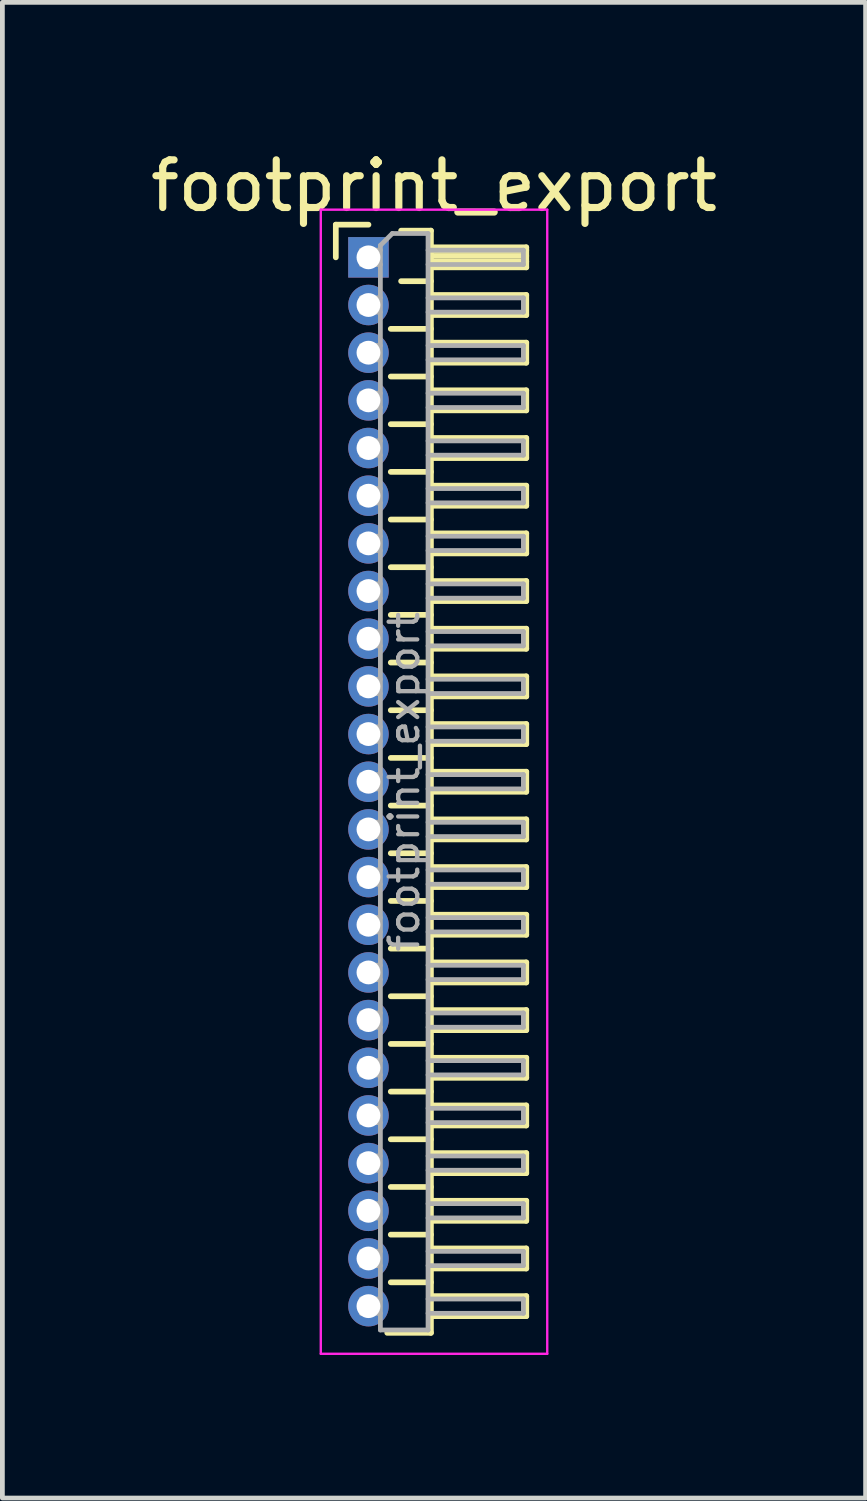
<source format=kicad_pcb>
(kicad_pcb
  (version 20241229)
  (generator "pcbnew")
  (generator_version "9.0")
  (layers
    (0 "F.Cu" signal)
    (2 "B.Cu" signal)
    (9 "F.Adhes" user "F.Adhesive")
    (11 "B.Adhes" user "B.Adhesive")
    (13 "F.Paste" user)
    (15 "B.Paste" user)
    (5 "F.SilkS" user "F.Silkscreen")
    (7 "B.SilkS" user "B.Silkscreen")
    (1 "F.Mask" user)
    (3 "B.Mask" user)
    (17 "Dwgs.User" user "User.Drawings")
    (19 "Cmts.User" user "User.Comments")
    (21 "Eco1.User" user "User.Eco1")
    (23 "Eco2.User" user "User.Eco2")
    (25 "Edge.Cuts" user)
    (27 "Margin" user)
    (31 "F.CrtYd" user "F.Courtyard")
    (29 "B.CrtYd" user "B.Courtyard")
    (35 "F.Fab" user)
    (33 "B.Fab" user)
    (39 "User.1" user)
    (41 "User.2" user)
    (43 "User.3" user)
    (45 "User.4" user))
  (footprint "footprint_export"
    (layer "F.Cu")
    (at 4.679 2.348)
    (property "Reference" "footprint_export" (at 1.375 -1.5 0) (layer "F.SilkS") (effects (font (size 1 1) (thickness 0.15))))
    (attr through_hole)
    (fp_line (start -0.685 -0.685) (end 0 -0.685) (stroke (width 0.12) (type solid)) (layer "F.SilkS"))
    (fp_line (start -0.685 0) (end -0.685 -0.685) (stroke (width 0.12) (type solid)) (layer "F.SilkS"))
    (fp_line (start 0.468 1.5) (end 1.31 1.5) (stroke (width 0.12) (type solid)) (layer "F.SilkS"))
    (fp_line (start 0.468 2.5) (end 1.31 2.5) (stroke (width 0.12) (type solid)) (layer "F.SilkS"))
    (fp_line (start 0.468 3.5) (end 1.31 3.5) (stroke (width 0.12) (type solid)) (layer "F.SilkS"))
    (fp_line (start 0.468 4.5) (end 1.31 4.5) (stroke (width 0.12) (type solid)) (layer "F.SilkS"))
    (fp_line (start 0.468 5.5) (end 1.31 5.5) (stroke (width 0.12) (type solid)) (layer "F.SilkS"))
    (fp_line (start 0.468 6.5) (end 1.31 6.5) (stroke (width 0.12) (type solid)) (layer "F.SilkS"))
    (fp_line (start 0.468 7.5) (end 1.31 7.5) (stroke (width 0.12) (type solid)) (layer "F.SilkS"))
    (fp_line (start 0.468 8.5) (end 1.31 8.5) (stroke (width 0.12) (type solid)) (layer "F.SilkS"))
    (fp_line (start 0.468 9.5) (end 1.31 9.5) (stroke (width 0.12) (type solid)) (layer "F.SilkS"))
    (fp_line (start 0.468 10.5) (end 1.31 10.5) (stroke (width 0.12) (type solid)) (layer "F.SilkS"))
    (fp_line (start 0.468 11.5) (end 1.31 11.5) (stroke (width 0.12) (type solid)) (layer "F.SilkS"))
    (fp_line (start 0.468 12.5) (end 1.31 12.5) (stroke (width 0.12) (type solid)) (layer "F.SilkS"))
    (fp_line (start 0.468 13.5) (end 1.31 13.5) (stroke (width 0.12) (type solid)) (layer "F.SilkS"))
    (fp_line (start 0.468 14.5) (end 1.31 14.5) (stroke (width 0.12) (type solid)) (layer "F.SilkS"))
    (fp_line (start 0.468 15.5) (end 1.31 15.5) (stroke (width 0.12) (type solid)) (layer "F.SilkS"))
    (fp_line (start 0.468 16.5) (end 1.31 16.5) (stroke (width 0.12) (type solid)) (layer "F.SilkS"))
    (fp_line (start 0.468 17.5) (end 1.31 17.5) (stroke (width 0.12) (type solid)) (layer "F.SilkS"))
    (fp_line (start 0.468 18.5) (end 1.31 18.5) (stroke (width 0.12) (type solid)) (layer "F.SilkS"))
    (fp_line (start 0.468 19.5) (end 1.31 19.5) (stroke (width 0.12) (type solid)) (layer "F.SilkS"))
    (fp_line (start 0.468 20.5) (end 1.31 20.5) (stroke (width 0.12) (type solid)) (layer "F.SilkS"))
    (fp_line (start 0.468 21.5) (end 1.31 21.5) (stroke (width 0.12) (type solid)) (layer "F.SilkS"))
    (fp_line (start 0.685 -0.56) (end 1.31 -0.56) (stroke (width 0.12) (type solid)) (layer "F.SilkS"))
    (fp_line (start 0.685 0.5) (end 1.31 0.5) (stroke (width 0.12) (type solid)) (layer "F.SilkS"))
    (fp_line (start 1.31 -0.56) (end 1.31 22.56) (stroke (width 0.12) (type solid)) (layer "F.SilkS"))
    (fp_line (start 1.31 -0.21) (end 3.31 -0.21) (stroke (width 0.12) (type solid)) (layer "F.SilkS"))
    (fp_line (start 1.31 -0.15) (end 3.31 -0.15) (stroke (width 0.12) (type solid)) (layer "F.SilkS"))
    (fp_line (start 1.31 -0.03) (end 3.31 -0.03) (stroke (width 0.12) (type solid)) (layer "F.SilkS"))
    (fp_line (start 1.31 0.09) (end 3.31 0.09) (stroke (width 0.12) (type solid)) (layer "F.SilkS"))
    (fp_line (start 1.31 0.79) (end 3.31 0.79) (stroke (width 0.12) (type solid)) (layer "F.SilkS"))
    (fp_line (start 1.31 1.79) (end 3.31 1.79) (stroke (width 0.12) (type solid)) (layer "F.SilkS"))
    (fp_line (start 1.31 2.79) (end 3.31 2.79) (stroke (width 0.12) (type solid)) (layer "F.SilkS"))
    (fp_line (start 1.31 3.79) (end 3.31 3.79) (stroke (width 0.12) (type solid)) (layer "F.SilkS"))
    (fp_line (start 1.31 4.79) (end 3.31 4.79) (stroke (width 0.12) (type solid)) (layer "F.SilkS"))
    (fp_line (start 1.31 5.79) (end 3.31 5.79) (stroke (width 0.12) (type solid)) (layer "F.SilkS"))
    (fp_line (start 1.31 6.79) (end 3.31 6.79) (stroke (width 0.12) (type solid)) (layer "F.SilkS"))
    (fp_line (start 1.31 7.79) (end 3.31 7.79) (stroke (width 0.12) (type solid)) (layer "F.SilkS"))
    (fp_line (start 1.31 8.79) (end 3.31 8.79) (stroke (width 0.12) (type solid)) (layer "F.SilkS"))
    (fp_line (start 1.31 9.79) (end 3.31 9.79) (stroke (width 0.12) (type solid)) (layer "F.SilkS"))
    (fp_line (start 1.31 10.79) (end 3.31 10.79) (stroke (width 0.12) (type solid)) (layer "F.SilkS"))
    (fp_line (start 1.31 11.79) (end 3.31 11.79) (stroke (width 0.12) (type solid)) (layer "F.SilkS"))
    (fp_line (start 1.31 12.79) (end 3.31 12.79) (stroke (width 0.12) (type solid)) (layer "F.SilkS"))
    (fp_line (start 1.31 13.79) (end 3.31 13.79) (stroke (width 0.12) (type solid)) (layer "F.SilkS"))
    (fp_line (start 1.31 14.79) (end 3.31 14.79) (stroke (width 0.12) (type solid)) (layer "F.SilkS"))
    (fp_line (start 1.31 15.79) (end 3.31 15.79) (stroke (width 0.12) (type solid)) (layer "F.SilkS"))
    (fp_line (start 1.31 16.79) (end 3.31 16.79) (stroke (width 0.12) (type solid)) (layer "F.SilkS"))
    (fp_line (start 1.31 17.79) (end 3.31 17.79) (stroke (width 0.12) (type solid)) (layer "F.SilkS"))
    (fp_line (start 1.31 18.79) (end 3.31 18.79) (stroke (width 0.12) (type solid)) (layer "F.SilkS"))
    (fp_line (start 1.31 19.79) (end 3.31 19.79) (stroke (width 0.12) (type solid)) (layer "F.SilkS"))
    (fp_line (start 1.31 20.79) (end 3.31 20.79) (stroke (width 0.12) (type solid)) (layer "F.SilkS"))
    (fp_line (start 1.31 21.79) (end 3.31 21.79) (stroke (width 0.12) (type solid)) (layer "F.SilkS"))
    (fp_line (start 1.31 22.56) (end 0.394 22.56) (stroke (width 0.12) (type solid)) (layer "F.SilkS"))
    (fp_line (start 3.31 -0.21) (end 3.31 0.21) (stroke (width 0.12) (type solid)) (layer "F.SilkS"))
    (fp_line (start 3.31 0.21) (end 1.31 0.21) (stroke (width 0.12) (type solid)) (layer "F.SilkS"))
    (fp_line (start 3.31 0.79) (end 3.31 1.21) (stroke (width 0.12) (type solid)) (layer "F.SilkS"))
    (fp_line (start 3.31 1.21) (end 1.31 1.21) (stroke (width 0.12) (type solid)) (layer "F.SilkS"))
    (fp_line (start 3.31 1.79) (end 3.31 2.21) (stroke (width 0.12) (type solid)) (layer "F.SilkS"))
    (fp_line (start 3.31 2.21) (end 1.31 2.21) (stroke (width 0.12) (type solid)) (layer "F.SilkS"))
    (fp_line (start 3.31 2.79) (end 3.31 3.21) (stroke (width 0.12) (type solid)) (layer "F.SilkS"))
    (fp_line (start 3.31 3.21) (end 1.31 3.21) (stroke (width 0.12) (type solid)) (layer "F.SilkS"))
    (fp_line (start 3.31 3.79) (end 3.31 4.21) (stroke (width 0.12) (type solid)) (layer "F.SilkS"))
    (fp_line (start 3.31 4.21) (end 1.31 4.21) (stroke (width 0.12) (type solid)) (layer "F.SilkS"))
    (fp_line (start 3.31 4.79) (end 3.31 5.21) (stroke (width 0.12) (type solid)) (layer "F.SilkS"))
    (fp_line (start 3.31 5.21) (end 1.31 5.21) (stroke (width 0.12) (type solid)) (layer "F.SilkS"))
    (fp_line (start 3.31 5.79) (end 3.31 6.21) (stroke (width 0.12) (type solid)) (layer "F.SilkS"))
    (fp_line (start 3.31 6.21) (end 1.31 6.21) (stroke (width 0.12) (type solid)) (layer "F.SilkS"))
    (fp_line (start 3.31 6.79) (end 3.31 7.21) (stroke (width 0.12) (type solid)) (layer "F.SilkS"))
    (fp_line (start 3.31 7.21) (end 1.31 7.21) (stroke (width 0.12) (type solid)) (layer "F.SilkS"))
    (fp_line (start 3.31 7.79) (end 3.31 8.21) (stroke (width 0.12) (type solid)) (layer "F.SilkS"))
    (fp_line (start 3.31 8.21) (end 1.31 8.21) (stroke (width 0.12) (type solid)) (layer "F.SilkS"))
    (fp_line (start 3.31 8.79) (end 3.31 9.21) (stroke (width 0.12) (type solid)) (layer "F.SilkS"))
    (fp_line (start 3.31 9.21) (end 1.31 9.21) (stroke (width 0.12) (type solid)) (layer "F.SilkS"))
    (fp_line (start 3.31 9.79) (end 3.31 10.21) (stroke (width 0.12) (type solid)) (layer "F.SilkS"))
    (fp_line (start 3.31 10.21) (end 1.31 10.21) (stroke (width 0.12) (type solid)) (layer "F.SilkS"))
    (fp_line (start 3.31 10.79) (end 3.31 11.21) (stroke (width 0.12) (type solid)) (layer "F.SilkS"))
    (fp_line (start 3.31 11.21) (end 1.31 11.21) (stroke (width 0.12) (type solid)) (layer "F.SilkS"))
    (fp_line (start 3.31 11.79) (end 3.31 12.21) (stroke (width 0.12) (type solid)) (layer "F.SilkS"))
    (fp_line (start 3.31 12.21) (end 1.31 12.21) (stroke (width 0.12) (type solid)) (layer "F.SilkS"))
    (fp_line (start 3.31 12.79) (end 3.31 13.21) (stroke (width 0.12) (type solid)) (layer "F.SilkS"))
    (fp_line (start 3.31 13.21) (end 1.31 13.21) (stroke (width 0.12) (type solid)) (layer "F.SilkS"))
    (fp_line (start 3.31 13.79) (end 3.31 14.21) (stroke (width 0.12) (type solid)) (layer "F.SilkS"))
    (fp_line (start 3.31 14.21) (end 1.31 14.21) (stroke (width 0.12) (type solid)) (layer "F.SilkS"))
    (fp_line (start 3.31 14.79) (end 3.31 15.21) (stroke (width 0.12) (type solid)) (layer "F.SilkS"))
    (fp_line (start 3.31 15.21) (end 1.31 15.21) (stroke (width 0.12) (type solid)) (layer "F.SilkS"))
    (fp_line (start 3.31 15.79) (end 3.31 16.21) (stroke (width 0.12) (type solid)) (layer "F.SilkS"))
    (fp_line (start 3.31 16.21) (end 1.31 16.21) (stroke (width 0.12) (type solid)) (layer "F.SilkS"))
    (fp_line (start 3.31 16.79) (end 3.31 17.21) (stroke (width 0.12) (type solid)) (layer "F.SilkS"))
    (fp_line (start 3.31 17.21) (end 1.31 17.21) (stroke (width 0.12) (type solid)) (layer "F.SilkS"))
    (fp_line (start 3.31 17.79) (end 3.31 18.21) (stroke (width 0.12) (type solid)) (layer "F.SilkS"))
    (fp_line (start 3.31 18.21) (end 1.31 18.21) (stroke (width 0.12) (type solid)) (layer "F.SilkS"))
    (fp_line (start 3.31 18.79) (end 3.31 19.21) (stroke (width 0.12) (type solid)) (layer "F.SilkS"))
    (fp_line (start 3.31 19.21) (end 1.31 19.21) (stroke (width 0.12) (type solid)) (layer "F.SilkS"))
    (fp_line (start 3.31 19.79) (end 3.31 20.21) (stroke (width 0.12) (type solid)) (layer "F.SilkS"))
    (fp_line (start 3.31 20.21) (end 1.31 20.21) (stroke (width 0.12) (type solid)) (layer "F.SilkS"))
    (fp_line (start 3.31 20.79) (end 3.31 21.21) (stroke (width 0.12) (type solid)) (layer "F.SilkS"))
    (fp_line (start 3.31 21.21) (end 1.31 21.21) (stroke (width 0.12) (type solid)) (layer "F.SilkS"))
    (fp_line (start 3.31 21.79) (end 3.31 22.21) (stroke (width 0.12) (type solid)) (layer "F.SilkS"))
    (fp_line (start 3.31 22.21) (end 1.31 22.21) (stroke (width 0.12) (type solid)) (layer "F.SilkS"))
    (fp_line (start -1 -1) (end -1 23) (stroke (width 0.05) (type solid)) (layer "F.CrtYd"))
    (fp_line (start -1 23) (end 3.75 23) (stroke (width 0.05) (type solid)) (layer "F.CrtYd"))
    (fp_line (start 3.75 -1) (end -1 -1) (stroke (width 0.05) (type solid)) (layer "F.CrtYd"))
    (fp_line (start 3.75 23) (end 3.75 -1) (stroke (width 0.05) (type solid)) (layer "F.CrtYd"))
    (fp_line (start -0.15 -0.15) (end -0.15 0.15) (stroke (width 0.1) (type solid)) (layer "F.Fab"))
    (fp_line (start -0.15 -0.15) (end 0.25 -0.15) (stroke (width 0.1) (type solid)) (layer "F.Fab"))
    (fp_line (start -0.15 0.15) (end 0.25 0.15) (stroke (width 0.1) (type solid)) (layer "F.Fab"))
    (fp_line (start -0.15 0.85) (end -0.15 1.15) (stroke (width 0.1) (type solid)) (layer "F.Fab"))
    (fp_line (start -0.15 0.85) (end 0.25 0.85) (stroke (width 0.1) (type solid)) (layer "F.Fab"))
    (fp_line (start -0.15 1.15) (end 0.25 1.15) (stroke (width 0.1) (type solid)) (layer "F.Fab"))
    (fp_line (start -0.15 1.85) (end -0.15 2.15) (stroke (width 0.1) (type solid)) (layer "F.Fab"))
    (fp_line (start -0.15 1.85) (end 0.25 1.85) (stroke (width 0.1) (type solid)) (layer "F.Fab"))
    (fp_line (start -0.15 2.15) (end 0.25 2.15) (stroke (width 0.1) (type solid)) (layer "F.Fab"))
    (fp_line (start -0.15 2.85) (end -0.15 3.15) (stroke (width 0.1) (type solid)) (layer "F.Fab"))
    (fp_line (start -0.15 2.85) (end 0.25 2.85) (stroke (width 0.1) (type solid)) (layer "F.Fab"))
    (fp_line (start -0.15 3.15) (end 0.25 3.15) (stroke (width 0.1) (type solid)) (layer "F.Fab"))
    (fp_line (start -0.15 3.85) (end -0.15 4.15) (stroke (width 0.1) (type solid)) (layer "F.Fab"))
    (fp_line (start -0.15 3.85) (end 0.25 3.85) (stroke (width 0.1) (type solid)) (layer "F.Fab"))
    (fp_line (start -0.15 4.15) (end 0.25 4.15) (stroke (width 0.1) (type solid)) (layer "F.Fab"))
    (fp_line (start -0.15 4.85) (end -0.15 5.15) (stroke (width 0.1) (type solid)) (layer "F.Fab"))
    (fp_line (start -0.15 4.85) (end 0.25 4.85) (stroke (width 0.1) (type solid)) (layer "F.Fab"))
    (fp_line (start -0.15 5.15) (end 0.25 5.15) (stroke (width 0.1) (type solid)) (layer "F.Fab"))
    (fp_line (start -0.15 5.85) (end -0.15 6.15) (stroke (width 0.1) (type solid)) (layer "F.Fab"))
    (fp_line (start -0.15 5.85) (end 0.25 5.85) (stroke (width 0.1) (type solid)) (layer "F.Fab"))
    (fp_line (start -0.15 6.15) (end 0.25 6.15) (stroke (width 0.1) (type solid)) (layer "F.Fab"))
    (fp_line (start -0.15 6.85) (end -0.15 7.15) (stroke (width 0.1) (type solid)) (layer "F.Fab"))
    (fp_line (start -0.15 6.85) (end 0.25 6.85) (stroke (width 0.1) (type solid)) (layer "F.Fab"))
    (fp_line (start -0.15 7.15) (end 0.25 7.15) (stroke (width 0.1) (type solid)) (layer "F.Fab"))
    (fp_line (start -0.15 7.85) (end -0.15 8.15) (stroke (width 0.1) (type solid)) (layer "F.Fab"))
    (fp_line (start -0.15 7.85) (end 0.25 7.85) (stroke (width 0.1) (type solid)) (layer "F.Fab"))
    (fp_line (start -0.15 8.15) (end 0.25 8.15) (stroke (width 0.1) (type solid)) (layer "F.Fab"))
    (fp_line (start -0.15 8.85) (end -0.15 9.15) (stroke (width 0.1) (type solid)) (layer "F.Fab"))
    (fp_line (start -0.15 8.85) (end 0.25 8.85) (stroke (width 0.1) (type solid)) (layer "F.Fab"))
    (fp_line (start -0.15 9.15) (end 0.25 9.15) (stroke (width 0.1) (type solid)) (layer "F.Fab"))
    (fp_line (start -0.15 9.85) (end -0.15 10.15) (stroke (width 0.1) (type solid)) (layer "F.Fab"))
    (fp_line (start -0.15 9.85) (end 0.25 9.85) (stroke (width 0.1) (type solid)) (layer "F.Fab"))
    (fp_line (start -0.15 10.15) (end 0.25 10.15) (stroke (width 0.1) (type solid)) (layer "F.Fab"))
    (fp_line (start -0.15 10.85) (end -0.15 11.15) (stroke (width 0.1) (type solid)) (layer "F.Fab"))
    (fp_line (start -0.15 10.85) (end 0.25 10.85) (stroke (width 0.1) (type solid)) (layer "F.Fab"))
    (fp_line (start -0.15 11.15) (end 0.25 11.15) (stroke (width 0.1) (type solid)) (layer "F.Fab"))
    (fp_line (start -0.15 11.85) (end -0.15 12.15) (stroke (width 0.1) (type solid)) (layer "F.Fab"))
    (fp_line (start -0.15 11.85) (end 0.25 11.85) (stroke (width 0.1) (type solid)) (layer "F.Fab"))
    (fp_line (start -0.15 12.15) (end 0.25 12.15) (stroke (width 0.1) (type solid)) (layer "F.Fab"))
    (fp_line (start -0.15 12.85) (end -0.15 13.15) (stroke (width 0.1) (type solid)) (layer "F.Fab"))
    (fp_line (start -0.15 12.85) (end 0.25 12.85) (stroke (width 0.1) (type solid)) (layer "F.Fab"))
    (fp_line (start -0.15 13.15) (end 0.25 13.15) (stroke (width 0.1) (type solid)) (layer "F.Fab"))
    (fp_line (start -0.15 13.85) (end -0.15 14.15) (stroke (width 0.1) (type solid)) (layer "F.Fab"))
    (fp_line (start -0.15 13.85) (end 0.25 13.85) (stroke (width 0.1) (type solid)) (layer "F.Fab"))
    (fp_line (start -0.15 14.15) (end 0.25 14.15) (stroke (width 0.1) (type solid)) (layer "F.Fab"))
    (fp_line (start -0.15 14.85) (end -0.15 15.15) (stroke (width 0.1) (type solid)) (layer "F.Fab"))
    (fp_line (start -0.15 14.85) (end 0.25 14.85) (stroke (width 0.1) (type solid)) (layer "F.Fab"))
    (fp_line (start -0.15 15.15) (end 0.25 15.15) (stroke (width 0.1) (type solid)) (layer "F.Fab"))
    (fp_line (start -0.15 15.85) (end -0.15 16.15) (stroke (width 0.1) (type solid)) (layer "F.Fab"))
    (fp_line (start -0.15 15.85) (end 0.25 15.85) (stroke (width 0.1) (type solid)) (layer "F.Fab"))
    (fp_line (start -0.15 16.15) (end 0.25 16.15) (stroke (width 0.1) (type solid)) (layer "F.Fab"))
    (fp_line (start -0.15 16.85) (end -0.15 17.15) (stroke (width 0.1) (type solid)) (layer "F.Fab"))
    (fp_line (start -0.15 16.85) (end 0.25 16.85) (stroke (width 0.1) (type solid)) (layer "F.Fab"))
    (fp_line (start -0.15 17.15) (end 0.25 17.15) (stroke (width 0.1) (type solid)) (layer "F.Fab"))
    (fp_line (start -0.15 17.85) (end -0.15 18.15) (stroke (width 0.1) (type solid)) (layer "F.Fab"))
    (fp_line (start -0.15 17.85) (end 0.25 17.85) (stroke (width 0.1) (type solid)) (layer "F.Fab"))
    (fp_line (start -0.15 18.15) (end 0.25 18.15) (stroke (width 0.1) (type solid)) (layer "F.Fab"))
    (fp_line (start -0.15 18.85) (end -0.15 19.15) (stroke (width 0.1) (type solid)) (layer "F.Fab"))
    (fp_line (start -0.15 18.85) (end 0.25 18.85) (stroke (width 0.1) (type solid)) (layer "F.Fab"))
    (fp_line (start -0.15 19.15) (end 0.25 19.15) (stroke (width 0.1) (type solid)) (layer "F.Fab"))
    (fp_line (start -0.15 19.85) (end -0.15 20.15) (stroke (width 0.1) (type solid)) (layer "F.Fab"))
    (fp_line (start -0.15 19.85) (end 0.25 19.85) (stroke (width 0.1) (type solid)) (layer "F.Fab"))
    (fp_line (start -0.15 20.15) (end 0.25 20.15) (stroke (width 0.1) (type solid)) (layer "F.Fab"))
    (fp_line (start -0.15 20.85) (end -0.15 21.15) (stroke (width 0.1) (type solid)) (layer "F.Fab"))
    (fp_line (start -0.15 20.85) (end 0.25 20.85) (stroke (width 0.1) (type solid)) (layer "F.Fab"))
    (fp_line (start -0.15 21.15) (end 0.25 21.15) (stroke (width 0.1) (type solid)) (layer "F.Fab"))
    (fp_line (start -0.15 21.85) (end -0.15 22.15) (stroke (width 0.1) (type solid)) (layer "F.Fab"))
    (fp_line (start -0.15 21.85) (end 0.25 21.85) (stroke (width 0.1) (type solid)) (layer "F.Fab"))
    (fp_line (start -0.15 22.15) (end 0.25 22.15) (stroke (width 0.1) (type solid)) (layer "F.Fab"))
    (fp_line (start 0.25 -0.25) (end 0.5 -0.5) (stroke (width 0.1) (type solid)) (layer "F.Fab"))
    (fp_line (start 0.25 22.5) (end 0.25 -0.25) (stroke (width 0.1) (type solid)) (layer "F.Fab"))
    (fp_line (start 0.5 -0.5) (end 1.25 -0.5) (stroke (width 0.1) (type solid)) (layer "F.Fab"))
    (fp_line (start 1.25 -0.5) (end 1.25 22.5) (stroke (width 0.1) (type solid)) (layer "F.Fab"))
    (fp_line (start 1.25 -0.15) (end 3.25 -0.15) (stroke (width 0.1) (type solid)) (layer "F.Fab"))
    (fp_line (start 1.25 0.15) (end 3.25 0.15) (stroke (width 0.1) (type solid)) (layer "F.Fab"))
    (fp_line (start 1.25 0.85) (end 3.25 0.85) (stroke (width 0.1) (type solid)) (layer "F.Fab"))
    (fp_line (start 1.25 1.15) (end 3.25 1.15) (stroke (width 0.1) (type solid)) (layer "F.Fab"))
    (fp_line (start 1.25 1.85) (end 3.25 1.85) (stroke (width 0.1) (type solid)) (layer "F.Fab"))
    (fp_line (start 1.25 2.15) (end 3.25 2.15) (stroke (width 0.1) (type solid)) (layer "F.Fab"))
    (fp_line (start 1.25 2.85) (end 3.25 2.85) (stroke (width 0.1) (type solid)) (layer "F.Fab"))
    (fp_line (start 1.25 3.15) (end 3.25 3.15) (stroke (width 0.1) (type solid)) (layer "F.Fab"))
    (fp_line (start 1.25 3.85) (end 3.25 3.85) (stroke (width 0.1) (type solid)) (layer "F.Fab"))
    (fp_line (start 1.25 4.15) (end 3.25 4.15) (stroke (width 0.1) (type solid)) (layer "F.Fab"))
    (fp_line (start 1.25 4.85) (end 3.25 4.85) (stroke (width 0.1) (type solid)) (layer "F.Fab"))
    (fp_line (start 1.25 5.15) (end 3.25 5.15) (stroke (width 0.1) (type solid)) (layer "F.Fab"))
    (fp_line (start 1.25 5.85) (end 3.25 5.85) (stroke (width 0.1) (type solid)) (layer "F.Fab"))
    (fp_line (start 1.25 6.15) (end 3.25 6.15) (stroke (width 0.1) (type solid)) (layer "F.Fab"))
    (fp_line (start 1.25 6.85) (end 3.25 6.85) (stroke (width 0.1) (type solid)) (layer "F.Fab"))
    (fp_line (start 1.25 7.15) (end 3.25 7.15) (stroke (width 0.1) (type solid)) (layer "F.Fab"))
    (fp_line (start 1.25 7.85) (end 3.25 7.85) (stroke (width 0.1) (type solid)) (layer "F.Fab"))
    (fp_line (start 1.25 8.15) (end 3.25 8.15) (stroke (width 0.1) (type solid)) (layer "F.Fab"))
    (fp_line (start 1.25 8.85) (end 3.25 8.85) (stroke (width 0.1) (type solid)) (layer "F.Fab"))
    (fp_line (start 1.25 9.15) (end 3.25 9.15) (stroke (width 0.1) (type solid)) (layer "F.Fab"))
    (fp_line (start 1.25 9.85) (end 3.25 9.85) (stroke (width 0.1) (type solid)) (layer "F.Fab"))
    (fp_line (start 1.25 10.15) (end 3.25 10.15) (stroke (width 0.1) (type solid)) (layer "F.Fab"))
    (fp_line (start 1.25 10.85) (end 3.25 10.85) (stroke (width 0.1) (type solid)) (layer "F.Fab"))
    (fp_line (start 1.25 11.15) (end 3.25 11.15) (stroke (width 0.1) (type solid)) (layer "F.Fab"))
    (fp_line (start 1.25 11.85) (end 3.25 11.85) (stroke (width 0.1) (type solid)) (layer "F.Fab"))
    (fp_line (start 1.25 12.15) (end 3.25 12.15) (stroke (width 0.1) (type solid)) (layer "F.Fab"))
    (fp_line (start 1.25 12.85) (end 3.25 12.85) (stroke (width 0.1) (type solid)) (layer "F.Fab"))
    (fp_line (start 1.25 13.15) (end 3.25 13.15) (stroke (width 0.1) (type solid)) (layer "F.Fab"))
    (fp_line (start 1.25 13.85) (end 3.25 13.85) (stroke (width 0.1) (type solid)) (layer "F.Fab"))
    (fp_line (start 1.25 14.15) (end 3.25 14.15) (stroke (width 0.1) (type solid)) (layer "F.Fab"))
    (fp_line (start 1.25 14.85) (end 3.25 14.85) (stroke (width 0.1) (type solid)) (layer "F.Fab"))
    (fp_line (start 1.25 15.15) (end 3.25 15.15) (stroke (width 0.1) (type solid)) (layer "F.Fab"))
    (fp_line (start 1.25 15.85) (end 3.25 15.85) (stroke (width 0.1) (type solid)) (layer "F.Fab"))
    (fp_line (start 1.25 16.15) (end 3.25 16.15) (stroke (width 0.1) (type solid)) (layer "F.Fab"))
    (fp_line (start 1.25 16.85) (end 3.25 16.85) (stroke (width 0.1) (type solid)) (layer "F.Fab"))
    (fp_line (start 1.25 17.15) (end 3.25 17.15) (stroke (width 0.1) (type solid)) (layer "F.Fab"))
    (fp_line (start 1.25 17.85) (end 3.25 17.85) (stroke (width 0.1) (type solid)) (layer "F.Fab"))
    (fp_line (start 1.25 18.15) (end 3.25 18.15) (stroke (width 0.1) (type solid)) (layer "F.Fab"))
    (fp_line (start 1.25 18.85) (end 3.25 18.85) (stroke (width 0.1) (type solid)) (layer "F.Fab"))
    (fp_line (start 1.25 19.15) (end 3.25 19.15) (stroke (width 0.1) (type solid)) (layer "F.Fab"))
    (fp_line (start 1.25 19.85) (end 3.25 19.85) (stroke (width 0.1) (type solid)) (layer "F.Fab"))
    (fp_line (start 1.25 20.15) (end 3.25 20.15) (stroke (width 0.1) (type solid)) (layer "F.Fab"))
    (fp_line (start 1.25 20.85) (end 3.25 20.85) (stroke (width 0.1) (type solid)) (layer "F.Fab"))
    (fp_line (start 1.25 21.15) (end 3.25 21.15) (stroke (width 0.1) (type solid)) (layer "F.Fab"))
    (fp_line (start 1.25 21.85) (end 3.25 21.85) (stroke (width 0.1) (type solid)) (layer "F.Fab"))
    (fp_line (start 1.25 22.15) (end 3.25 22.15) (stroke (width 0.1) (type solid)) (layer "F.Fab"))
    (fp_line (start 1.25 22.5) (end 0.25 22.5) (stroke (width 0.1) (type solid)) (layer "F.Fab"))
    (fp_line (start 3.25 -0.15) (end 3.25 0.15) (stroke (width 0.1) (type solid)) (layer "F.Fab"))
    (fp_line (start 3.25 0.85) (end 3.25 1.15) (stroke (width 0.1) (type solid)) (layer "F.Fab"))
    (fp_line (start 3.25 1.85) (end 3.25 2.15) (stroke (width 0.1) (type solid)) (layer "F.Fab"))
    (fp_line (start 3.25 2.85) (end 3.25 3.15) (stroke (width 0.1) (type solid)) (layer "F.Fab"))
    (fp_line (start 3.25 3.85) (end 3.25 4.15) (stroke (width 0.1) (type solid)) (layer "F.Fab"))
    (fp_line (start 3.25 4.85) (end 3.25 5.15) (stroke (width 0.1) (type solid)) (layer "F.Fab"))
    (fp_line (start 3.25 5.85) (end 3.25 6.15) (stroke (width 0.1) (type solid)) (layer "F.Fab"))
    (fp_line (start 3.25 6.85) (end 3.25 7.15) (stroke (width 0.1) (type solid)) (layer "F.Fab"))
    (fp_line (start 3.25 7.85) (end 3.25 8.15) (stroke (width 0.1) (type solid)) (layer "F.Fab"))
    (fp_line (start 3.25 8.85) (end 3.25 9.15) (stroke (width 0.1) (type solid)) (layer "F.Fab"))
    (fp_line (start 3.25 9.85) (end 3.25 10.15) (stroke (width 0.1) (type solid)) (layer "F.Fab"))
    (fp_line (start 3.25 10.85) (end 3.25 11.15) (stroke (width 0.1) (type solid)) (layer "F.Fab"))
    (fp_line (start 3.25 11.85) (end 3.25 12.15) (stroke (width 0.1) (type solid)) (layer "F.Fab"))
    (fp_line (start 3.25 12.85) (end 3.25 13.15) (stroke (width 0.1) (type solid)) (layer "F.Fab"))
    (fp_line (start 3.25 13.85) (end 3.25 14.15) (stroke (width 0.1) (type solid)) (layer "F.Fab"))
    (fp_line (start 3.25 14.85) (end 3.25 15.15) (stroke (width 0.1) (type solid)) (layer "F.Fab"))
    (fp_line (start 3.25 15.85) (end 3.25 16.15) (stroke (width 0.1) (type solid)) (layer "F.Fab"))
    (fp_line (start 3.25 16.85) (end 3.25 17.15) (stroke (width 0.1) (type solid)) (layer "F.Fab"))
    (fp_line (start 3.25 17.85) (end 3.25 18.15) (stroke (width 0.1) (type solid)) (layer "F.Fab"))
    (fp_line (start 3.25 18.85) (end 3.25 19.15) (stroke (width 0.1) (type solid)) (layer "F.Fab"))
    (fp_line (start 3.25 19.85) (end 3.25 20.15) (stroke (width 0.1) (type solid)) (layer "F.Fab"))
    (fp_line (start 3.25 20.85) (end 3.25 21.15) (stroke (width 0.1) (type solid)) (layer "F.Fab"))
    (fp_line (start 3.25 21.85) (end 3.25 22.15) (stroke (width 0.1) (type solid)) (layer "F.Fab"))
    (fp_text user "${REFERENCE}" (at 0.75 11 90) (layer "F.Fab") (effects (font (size 0.6 0.6) (thickness 0.09))))
    (pad "1" thru_hole rect (at 0 0) (size 0.85 0.85) (drill 0.5) (layers "*.Cu" "*.Mask"))
    (pad "2" thru_hole oval (at 0 1) (size 0.85 0.85) (drill 0.5) (layers "*.Cu" "*.Mask"))
    (pad "3" thru_hole oval (at 0 2) (size 0.85 0.85) (drill 0.5) (layers "*.Cu" "*.Mask"))
    (pad "4" thru_hole oval (at 0 3) (size 0.85 0.85) (drill 0.5) (layers "*.Cu" "*.Mask"))
    (pad "5" thru_hole oval (at 0 4) (size 0.85 0.85) (drill 0.5) (layers "*.Cu" "*.Mask"))
    (pad "6" thru_hole oval (at 0 5) (size 0.85 0.85) (drill 0.5) (layers "*.Cu" "*.Mask"))
    (pad "7" thru_hole oval (at 0 6) (size 0.85 0.85) (drill 0.5) (layers "*.Cu" "*.Mask"))
    (pad "8" thru_hole oval (at 0 7) (size 0.85 0.85) (drill 0.5) (layers "*.Cu" "*.Mask"))
    (pad "9" thru_hole oval (at 0 8) (size 0.85 0.85) (drill 0.5) (layers "*.Cu" "*.Mask"))
    (pad "10" thru_hole oval (at 0 9) (size 0.85 0.85) (drill 0.5) (layers "*.Cu" "*.Mask"))
    (pad "11" thru_hole oval (at 0 10) (size 0.85 0.85) (drill 0.5) (layers "*.Cu" "*.Mask"))
    (pad "12" thru_hole oval (at 0 11) (size 0.85 0.85) (drill 0.5) (layers "*.Cu" "*.Mask"))
    (pad "13" thru_hole oval (at 0 12) (size 0.85 0.85) (drill 0.5) (layers "*.Cu" "*.Mask"))
    (pad "14" thru_hole oval (at 0 13) (size 0.85 0.85) (drill 0.5) (layers "*.Cu" "*.Mask"))
    (pad "15" thru_hole oval (at 0 14) (size 0.85 0.85) (drill 0.5) (layers "*.Cu" "*.Mask"))
    (pad "16" thru_hole oval (at 0 15) (size 0.85 0.85) (drill 0.5) (layers "*.Cu" "*.Mask"))
    (pad "17" thru_hole oval (at 0 16) (size 0.85 0.85) (drill 0.5) (layers "*.Cu" "*.Mask"))
    (pad "18" thru_hole oval (at 0 17) (size 0.85 0.85) (drill 0.5) (layers "*.Cu" "*.Mask"))
    (pad "19" thru_hole oval (at 0 18) (size 0.85 0.85) (drill 0.5) (layers "*.Cu" "*.Mask"))
    (pad "20" thru_hole oval (at 0 19) (size 0.85 0.85) (drill 0.5) (layers "*.Cu" "*.Mask"))
    (pad "21" thru_hole oval (at 0 20) (size 0.85 0.85) (drill 0.5) (layers "*.Cu" "*.Mask"))
    (pad "22" thru_hole oval (at 0 21) (size 0.85 0.85) (drill 0.5) (layers "*.Cu" "*.Mask"))
    (pad "23" thru_hole oval (at 0 22) (size 0.85 0.85) (drill 0.5) (layers "*.Cu" "*.Mask")))
  (gr_rect
    (start -3 -3)
    (end 15.107 28.373)
    (stroke (width 0.1) (type default))
    (fill no)
    (layer "Edge.Cuts")))
</source>
